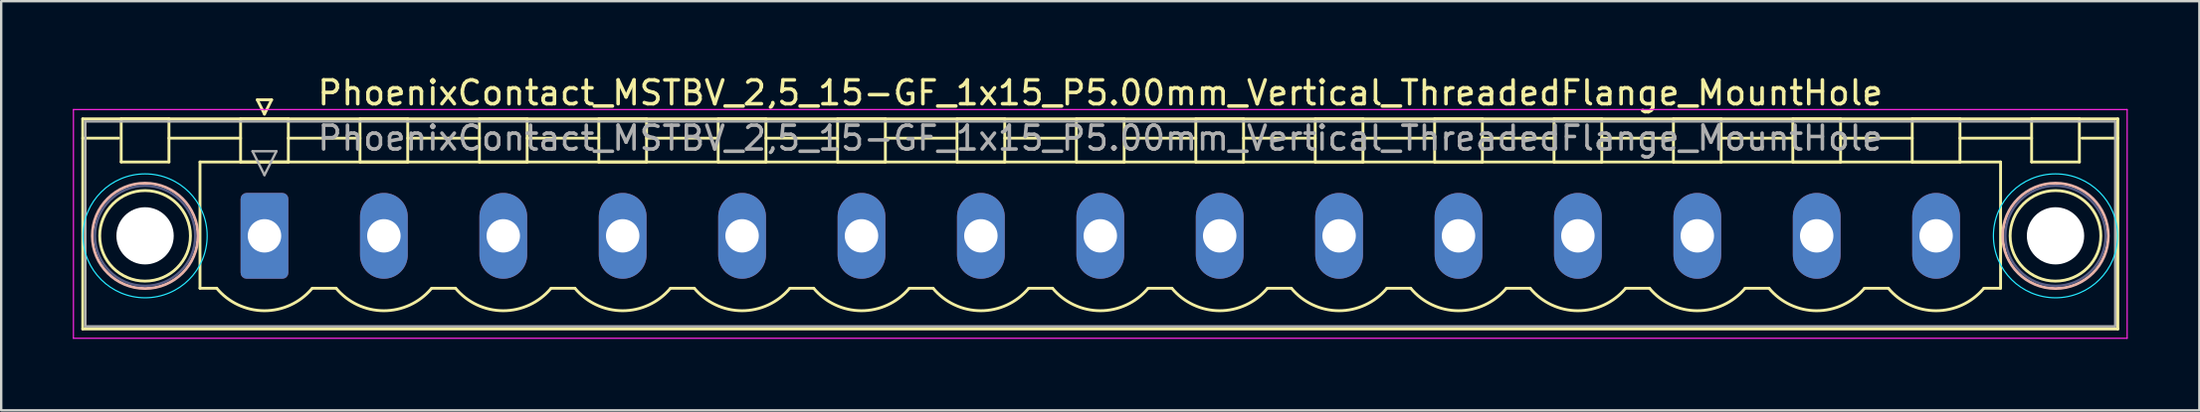
<source format=kicad_pcb>
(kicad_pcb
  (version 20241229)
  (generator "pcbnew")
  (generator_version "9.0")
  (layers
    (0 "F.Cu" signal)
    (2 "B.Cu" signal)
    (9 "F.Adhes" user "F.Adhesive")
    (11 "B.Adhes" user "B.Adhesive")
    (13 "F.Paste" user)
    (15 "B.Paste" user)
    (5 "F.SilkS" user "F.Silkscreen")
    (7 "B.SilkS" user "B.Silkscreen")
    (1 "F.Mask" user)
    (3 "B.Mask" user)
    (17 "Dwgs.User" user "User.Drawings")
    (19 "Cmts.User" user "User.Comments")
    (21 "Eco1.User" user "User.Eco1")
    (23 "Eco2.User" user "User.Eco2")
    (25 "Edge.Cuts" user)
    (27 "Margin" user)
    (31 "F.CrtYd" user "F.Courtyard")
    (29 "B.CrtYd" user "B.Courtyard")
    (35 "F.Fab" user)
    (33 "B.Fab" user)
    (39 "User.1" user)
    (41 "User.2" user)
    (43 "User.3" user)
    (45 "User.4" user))
  (footprint "PhoenixContact_MSTBV_2,5_15-GF_1x15_P5.00mm_Vertical_ThreadedFlange_MountHole"
    (layer "F.Cu")
    (at 8.025 6.848)
    (property "Reference" "PhoenixContact_MSTBV_2,5_15-GF_1x15_P5.00mm_Vertical_ThreadedFlange_MountHole" (at 35 -6 0) (layer "F.SilkS") (effects (font (size 1 1) (thickness 0.15))))
    (attr through_hole)
    (fp_line (start -7.61 -4.91) (end -7.61 3.91) (stroke (width 0.12) (type solid)) (layer "F.SilkS"))
    (fp_line (start -7.61 -4.1) (end -6.11 -4.1) (stroke (width 0.12) (type solid)) (layer "F.SilkS"))
    (fp_line (start -7.61 3.91) (end 77.61 3.91) (stroke (width 0.12) (type solid)) (layer "F.SilkS"))
    (fp_line (start -6 -4.91) (end -4 -4.91) (stroke (width 0.12) (type solid)) (layer "F.SilkS"))
    (fp_line (start -6 -3.1) (end -6 -4.91) (stroke (width 0.12) (type solid)) (layer "F.SilkS"))
    (fp_line (start -4 -4.91) (end -4 -3.1) (stroke (width 0.12) (type solid)) (layer "F.SilkS"))
    (fp_line (start -4 -4.1) (end -1 -4.1) (stroke (width 0.12) (type solid)) (layer "F.SilkS"))
    (fp_line (start -4 -3.1) (end -6 -3.1) (stroke (width 0.12) (type solid)) (layer "F.SilkS"))
    (fp_line (start -2.7 -3.1) (end 72.7 -3.1) (stroke (width 0.12) (type solid)) (layer "F.SilkS"))
    (fp_line (start -2.7 2.2) (end -2.7 -3.1) (stroke (width 0.12) (type solid)) (layer "F.SilkS"))
    (fp_line (start -2 2.2) (end -2.7 2.2) (stroke (width 0.12) (type solid)) (layer "F.SilkS"))
    (fp_line (start -1 -4.91) (end 1 -4.91) (stroke (width 0.12) (type solid)) (layer "F.SilkS"))
    (fp_line (start -1 -3.1) (end -1 -4.91) (stroke (width 0.12) (type solid)) (layer "F.SilkS"))
    (fp_line (start -0.3 -5.71) (end 0.3 -5.71) (stroke (width 0.12) (type solid)) (layer "F.SilkS"))
    (fp_line (start 0 -5.11) (end -0.3 -5.71) (stroke (width 0.12) (type solid)) (layer "F.SilkS"))
    (fp_line (start 0.3 -5.71) (end 0 -5.11) (stroke (width 0.12) (type solid)) (layer "F.SilkS"))
    (fp_line (start 1 -4.91) (end 1 -3.1) (stroke (width 0.12) (type solid)) (layer "F.SilkS"))
    (fp_line (start 1 -4.1) (end 4 -4.1) (stroke (width 0.12) (type solid)) (layer "F.SilkS"))
    (fp_line (start 1 -3.1) (end -1 -3.1) (stroke (width 0.12) (type solid)) (layer "F.SilkS"))
    (fp_line (start 2 2.2) (end 3 2.2) (stroke (width 0.12) (type solid)) (layer "F.SilkS"))
    (fp_line (start 4 -4.91) (end 6 -4.91) (stroke (width 0.12) (type solid)) (layer "F.SilkS"))
    (fp_line (start 4 -3.1) (end 4 -4.91) (stroke (width 0.12) (type solid)) (layer "F.SilkS"))
    (fp_line (start 6 -4.91) (end 6 -3.1) (stroke (width 0.12) (type solid)) (layer "F.SilkS"))
    (fp_line (start 6 -4.1) (end 9 -4.1) (stroke (width 0.12) (type solid)) (layer "F.SilkS"))
    (fp_line (start 6 -3.1) (end 4 -3.1) (stroke (width 0.12) (type solid)) (layer "F.SilkS"))
    (fp_line (start 7 2.2) (end 8 2.2) (stroke (width 0.12) (type solid)) (layer "F.SilkS"))
    (fp_line (start 9 -4.91) (end 11 -4.91) (stroke (width 0.12) (type solid)) (layer "F.SilkS"))
    (fp_line (start 9 -3.1) (end 9 -4.91) (stroke (width 0.12) (type solid)) (layer "F.SilkS"))
    (fp_line (start 11 -4.91) (end 11 -3.1) (stroke (width 0.12) (type solid)) (layer "F.SilkS"))
    (fp_line (start 11 -4.1) (end 14 -4.1) (stroke (width 0.12) (type solid)) (layer "F.SilkS"))
    (fp_line (start 11 -3.1) (end 9 -3.1) (stroke (width 0.12) (type solid)) (layer "F.SilkS"))
    (fp_line (start 12 2.2) (end 13 2.2) (stroke (width 0.12) (type solid)) (layer "F.SilkS"))
    (fp_line (start 14 -4.91) (end 16 -4.91) (stroke (width 0.12) (type solid)) (layer "F.SilkS"))
    (fp_line (start 14 -3.1) (end 14 -4.91) (stroke (width 0.12) (type solid)) (layer "F.SilkS"))
    (fp_line (start 16 -4.91) (end 16 -3.1) (stroke (width 0.12) (type solid)) (layer "F.SilkS"))
    (fp_line (start 16 -4.1) (end 19 -4.1) (stroke (width 0.12) (type solid)) (layer "F.SilkS"))
    (fp_line (start 16 -3.1) (end 14 -3.1) (stroke (width 0.12) (type solid)) (layer "F.SilkS"))
    (fp_line (start 17 2.2) (end 18 2.2) (stroke (width 0.12) (type solid)) (layer "F.SilkS"))
    (fp_line (start 19 -4.91) (end 21 -4.91) (stroke (width 0.12) (type solid)) (layer "F.SilkS"))
    (fp_line (start 19 -3.1) (end 19 -4.91) (stroke (width 0.12) (type solid)) (layer "F.SilkS"))
    (fp_line (start 21 -4.91) (end 21 -3.1) (stroke (width 0.12) (type solid)) (layer "F.SilkS"))
    (fp_line (start 21 -4.1) (end 24 -4.1) (stroke (width 0.12) (type solid)) (layer "F.SilkS"))
    (fp_line (start 21 -3.1) (end 19 -3.1) (stroke (width 0.12) (type solid)) (layer "F.SilkS"))
    (fp_line (start 22 2.2) (end 23 2.2) (stroke (width 0.12) (type solid)) (layer "F.SilkS"))
    (fp_line (start 24 -4.91) (end 26 -4.91) (stroke (width 0.12) (type solid)) (layer "F.SilkS"))
    (fp_line (start 24 -3.1) (end 24 -4.91) (stroke (width 0.12) (type solid)) (layer "F.SilkS"))
    (fp_line (start 26 -4.91) (end 26 -3.1) (stroke (width 0.12) (type solid)) (layer "F.SilkS"))
    (fp_line (start 26 -4.1) (end 29 -4.1) (stroke (width 0.12) (type solid)) (layer "F.SilkS"))
    (fp_line (start 26 -3.1) (end 24 -3.1) (stroke (width 0.12) (type solid)) (layer "F.SilkS"))
    (fp_line (start 27 2.2) (end 28 2.2) (stroke (width 0.12) (type solid)) (layer "F.SilkS"))
    (fp_line (start 29 -4.91) (end 31 -4.91) (stroke (width 0.12) (type solid)) (layer "F.SilkS"))
    (fp_line (start 29 -3.1) (end 29 -4.91) (stroke (width 0.12) (type solid)) (layer "F.SilkS"))
    (fp_line (start 31 -4.91) (end 31 -3.1) (stroke (width 0.12) (type solid)) (layer "F.SilkS"))
    (fp_line (start 31 -4.1) (end 34 -4.1) (stroke (width 0.12) (type solid)) (layer "F.SilkS"))
    (fp_line (start 31 -3.1) (end 29 -3.1) (stroke (width 0.12) (type solid)) (layer "F.SilkS"))
    (fp_line (start 32 2.2) (end 33 2.2) (stroke (width 0.12) (type solid)) (layer "F.SilkS"))
    (fp_line (start 34 -4.91) (end 36 -4.91) (stroke (width 0.12) (type solid)) (layer "F.SilkS"))
    (fp_line (start 34 -3.1) (end 34 -4.91) (stroke (width 0.12) (type solid)) (layer "F.SilkS"))
    (fp_line (start 36 -4.91) (end 36 -3.1) (stroke (width 0.12) (type solid)) (layer "F.SilkS"))
    (fp_line (start 36 -4.1) (end 39 -4.1) (stroke (width 0.12) (type solid)) (layer "F.SilkS"))
    (fp_line (start 36 -3.1) (end 34 -3.1) (stroke (width 0.12) (type solid)) (layer "F.SilkS"))
    (fp_line (start 37 2.2) (end 38 2.2) (stroke (width 0.12) (type solid)) (layer "F.SilkS"))
    (fp_line (start 39 -4.91) (end 41 -4.91) (stroke (width 0.12) (type solid)) (layer "F.SilkS"))
    (fp_line (start 39 -3.1) (end 39 -4.91) (stroke (width 0.12) (type solid)) (layer "F.SilkS"))
    (fp_line (start 41 -4.91) (end 41 -3.1) (stroke (width 0.12) (type solid)) (layer "F.SilkS"))
    (fp_line (start 41 -4.1) (end 44 -4.1) (stroke (width 0.12) (type solid)) (layer "F.SilkS"))
    (fp_line (start 41 -3.1) (end 39 -3.1) (stroke (width 0.12) (type solid)) (layer "F.SilkS"))
    (fp_line (start 42 2.2) (end 43 2.2) (stroke (width 0.12) (type solid)) (layer "F.SilkS"))
    (fp_line (start 44 -4.91) (end 46 -4.91) (stroke (width 0.12) (type solid)) (layer "F.SilkS"))
    (fp_line (start 44 -3.1) (end 44 -4.91) (stroke (width 0.12) (type solid)) (layer "F.SilkS"))
    (fp_line (start 46 -4.91) (end 46 -3.1) (stroke (width 0.12) (type solid)) (layer "F.SilkS"))
    (fp_line (start 46 -4.1) (end 49 -4.1) (stroke (width 0.12) (type solid)) (layer "F.SilkS"))
    (fp_line (start 46 -3.1) (end 44 -3.1) (stroke (width 0.12) (type solid)) (layer "F.SilkS"))
    (fp_line (start 47 2.2) (end 48 2.2) (stroke (width 0.12) (type solid)) (layer "F.SilkS"))
    (fp_line (start 49 -4.91) (end 51 -4.91) (stroke (width 0.12) (type solid)) (layer "F.SilkS"))
    (fp_line (start 49 -3.1) (end 49 -4.91) (stroke (width 0.12) (type solid)) (layer "F.SilkS"))
    (fp_line (start 51 -4.91) (end 51 -3.1) (stroke (width 0.12) (type solid)) (layer "F.SilkS"))
    (fp_line (start 51 -4.1) (end 54 -4.1) (stroke (width 0.12) (type solid)) (layer "F.SilkS"))
    (fp_line (start 51 -3.1) (end 49 -3.1) (stroke (width 0.12) (type solid)) (layer "F.SilkS"))
    (fp_line (start 52 2.2) (end 53 2.2) (stroke (width 0.12) (type solid)) (layer "F.SilkS"))
    (fp_line (start 54 -4.91) (end 56 -4.91) (stroke (width 0.12) (type solid)) (layer "F.SilkS"))
    (fp_line (start 54 -3.1) (end 54 -4.91) (stroke (width 0.12) (type solid)) (layer "F.SilkS"))
    (fp_line (start 56 -4.91) (end 56 -3.1) (stroke (width 0.12) (type solid)) (layer "F.SilkS"))
    (fp_line (start 56 -4.1) (end 59 -4.1) (stroke (width 0.12) (type solid)) (layer "F.SilkS"))
    (fp_line (start 56 -3.1) (end 54 -3.1) (stroke (width 0.12) (type solid)) (layer "F.SilkS"))
    (fp_line (start 57 2.2) (end 58 2.2) (stroke (width 0.12) (type solid)) (layer "F.SilkS"))
    (fp_line (start 59 -4.91) (end 61 -4.91) (stroke (width 0.12) (type solid)) (layer "F.SilkS"))
    (fp_line (start 59 -3.1) (end 59 -4.91) (stroke (width 0.12) (type solid)) (layer "F.SilkS"))
    (fp_line (start 61 -4.91) (end 61 -3.1) (stroke (width 0.12) (type solid)) (layer "F.SilkS"))
    (fp_line (start 61 -4.1) (end 64 -4.1) (stroke (width 0.12) (type solid)) (layer "F.SilkS"))
    (fp_line (start 61 -3.1) (end 59 -3.1) (stroke (width 0.12) (type solid)) (layer "F.SilkS"))
    (fp_line (start 62 2.2) (end 63 2.2) (stroke (width 0.12) (type solid)) (layer "F.SilkS"))
    (fp_line (start 64 -4.91) (end 66 -4.91) (stroke (width 0.12) (type solid)) (layer "F.SilkS"))
    (fp_line (start 64 -3.1) (end 64 -4.91) (stroke (width 0.12) (type solid)) (layer "F.SilkS"))
    (fp_line (start 66 -4.91) (end 66 -3.1) (stroke (width 0.12) (type solid)) (layer "F.SilkS"))
    (fp_line (start 66 -4.1) (end 69 -4.1) (stroke (width 0.12) (type solid)) (layer "F.SilkS"))
    (fp_line (start 66 -3.1) (end 64 -3.1) (stroke (width 0.12) (type solid)) (layer "F.SilkS"))
    (fp_line (start 67 2.2) (end 68 2.2) (stroke (width 0.12) (type solid)) (layer "F.SilkS"))
    (fp_line (start 69 -4.91) (end 71 -4.91) (stroke (width 0.12) (type solid)) (layer "F.SilkS"))
    (fp_line (start 69 -3.1) (end 69 -4.91) (stroke (width 0.12) (type solid)) (layer "F.SilkS"))
    (fp_line (start 71 -4.91) (end 71 -3.1) (stroke (width 0.12) (type solid)) (layer "F.SilkS"))
    (fp_line (start 71 -4.1) (end 74 -4.1) (stroke (width 0.12) (type solid)) (layer "F.SilkS"))
    (fp_line (start 71 -3.1) (end 69 -3.1) (stroke (width 0.12) (type solid)) (layer "F.SilkS"))
    (fp_line (start 72.7 -3.1) (end 72.7 2.2) (stroke (width 0.12) (type solid)) (layer "F.SilkS"))
    (fp_line (start 72.7 2.2) (end 72 2.2) (stroke (width 0.12) (type solid)) (layer "F.SilkS"))
    (fp_line (start 74 -4.91) (end 76 -4.91) (stroke (width 0.12) (type solid)) (layer "F.SilkS"))
    (fp_line (start 74 -3.1) (end 74 -4.91) (stroke (width 0.12) (type solid)) (layer "F.SilkS"))
    (fp_line (start 76 -4.91) (end 76 -3.1) (stroke (width 0.12) (type solid)) (layer "F.SilkS"))
    (fp_line (start 76 -3.1) (end 74 -3.1) (stroke (width 0.12) (type solid)) (layer "F.SilkS"))
    (fp_line (start 77.61 -4.91) (end -7.61 -4.91) (stroke (width 0.12) (type solid)) (layer "F.SilkS"))
    (fp_line (start 77.61 -4.1) (end 76.11 -4.1) (stroke (width 0.12) (type solid)) (layer "F.SilkS"))
    (fp_line (start 77.61 3.91) (end 77.61 -4.91) (stroke (width 0.12) (type solid)) (layer "F.SilkS"))
    (fp_arc (start 1.986842 2.215821) (mid -0.010289 3.142758) (end -2 2.2) (stroke (width 0.12) (type solid)) (layer "F.SilkS"))
    (fp_arc (start 6.986842 2.215821) (mid 4.989711 3.142758) (end 3 2.2) (stroke (width 0.12) (type solid)) (layer "F.SilkS"))
    (fp_arc (start 11.986842 2.215821) (mid 9.989711 3.142758) (end 8 2.2) (stroke (width 0.12) (type solid)) (layer "F.SilkS"))
    (fp_arc (start 16.986842 2.215821) (mid 14.989711 3.142758) (end 13 2.2) (stroke (width 0.12) (type solid)) (layer "F.SilkS"))
    (fp_arc (start 21.986842 2.215821) (mid 19.989711 3.142758) (end 18 2.2) (stroke (width 0.12) (type solid)) (layer "F.SilkS"))
    (fp_arc (start 26.986842 2.215821) (mid 24.989711 3.142758) (end 23 2.2) (stroke (width 0.12) (type solid)) (layer "F.SilkS"))
    (fp_arc (start 31.986842 2.215821) (mid 29.989711 3.142758) (end 28 2.2) (stroke (width 0.12) (type solid)) (layer "F.SilkS"))
    (fp_arc (start 36.986842 2.215821) (mid 34.989711 3.142758) (end 33 2.2) (stroke (width 0.12) (type solid)) (layer "F.SilkS"))
    (fp_arc (start 41.986842 2.215821) (mid 39.989711 3.142758) (end 38 2.2) (stroke (width 0.12) (type solid)) (layer "F.SilkS"))
    (fp_arc (start 46.986842 2.215821) (mid 44.989711 3.142758) (end 43 2.2) (stroke (width 0.12) (type solid)) (layer "F.SilkS"))
    (fp_arc (start 51.986842 2.215821) (mid 49.989711 3.142758) (end 48 2.2) (stroke (width 0.12) (type solid)) (layer "F.SilkS"))
    (fp_arc (start 56.986842 2.215821) (mid 54.989711 3.142758) (end 53 2.2) (stroke (width 0.12) (type solid)) (layer "F.SilkS"))
    (fp_arc (start 61.986842 2.215821) (mid 59.989711 3.142758) (end 58 2.2) (stroke (width 0.12) (type solid)) (layer "F.SilkS"))
    (fp_arc (start 66.986842 2.215821) (mid 64.989711 3.142758) (end 63 2.2) (stroke (width 0.12) (type solid)) (layer "F.SilkS"))
    (fp_arc (start 71.986842 2.215821) (mid 69.989711 3.142758) (end 68 2.2) (stroke (width 0.12) (type solid)) (layer "F.SilkS"))
    (fp_circle (center -5 0) (end -3.1 0) (stroke (width 0.12) (type solid)) (fill no) (layer "F.SilkS"))
    (fp_circle (center 75 0) (end 76.9 0) (stroke (width 0.12) (type solid)) (fill no) (layer "F.SilkS"))
    (fp_circle (center -5 0) (end -2.79 0) (stroke (width 0.12) (type solid)) (fill no) (layer "B.SilkS"))
    (fp_circle (center 75 0) (end 77.21 0) (stroke (width 0.12) (type solid)) (fill no) (layer "B.SilkS"))
    (fp_circle (center -5 0) (end -2.4 0) (stroke (width 0.05) (type solid)) (fill no) (layer "B.CrtYd"))
    (fp_circle (center 75 0) (end 77.6 0) (stroke (width 0.05) (type solid)) (fill no) (layer "B.CrtYd"))
    (fp_line (start -8 -5.3) (end -8 4.3) (stroke (width 0.05) (type solid)) (layer "F.CrtYd"))
    (fp_line (start -8 4.3) (end 78 4.3) (stroke (width 0.05) (type solid)) (layer "F.CrtYd"))
    (fp_line (start 78 -5.3) (end -8 -5.3) (stroke (width 0.05) (type solid)) (layer "F.CrtYd"))
    (fp_line (start 78 4.3) (end 78 -5.3) (stroke (width 0.05) (type solid)) (layer "F.CrtYd"))
    (fp_circle (center -5 0) (end -2.9 0) (stroke (width 0.1) (type solid)) (fill no) (layer "B.Fab"))
    (fp_circle (center 75 0) (end 77.1 0) (stroke (width 0.1) (type solid)) (fill no) (layer "B.Fab"))
    (fp_line (start -7.5 -4.8) (end -7.5 3.8) (stroke (width 0.1) (type solid)) (layer "F.Fab"))
    (fp_line (start -7.5 3.8) (end 77.5 3.8) (stroke (width 0.1) (type solid)) (layer "F.Fab"))
    (fp_line (start -0.5 -3.55) (end 0.5 -3.55) (stroke (width 0.1) (type solid)) (layer "F.Fab"))
    (fp_line (start 0 -2.55) (end -0.5 -3.55) (stroke (width 0.1) (type solid)) (layer "F.Fab"))
    (fp_line (start 0.5 -3.55) (end 0 -2.55) (stroke (width 0.1) (type solid)) (layer "F.Fab"))
    (fp_line (start 77.5 -4.8) (end -7.5 -4.8) (stroke (width 0.1) (type solid)) (layer "F.Fab"))
    (fp_line (start 77.5 3.8) (end 77.5 -4.8) (stroke (width 0.1) (type solid)) (layer "F.Fab"))
    (fp_text user "${REFERENCE}" (at 35 -4.1 0) (layer "F.Fab") (effects (font (size 1 1) (thickness 0.15))))
    (pad "" np_thru_hole circle (at -5 0) (size 2.4 2.4) (drill 2.4) (layers "*.Cu" "*.Mask"))
    (pad "" np_thru_hole circle (at 75 0) (size 2.4 2.4) (drill 2.4) (layers "*.Cu" "*.Mask"))
    (pad "1" thru_hole roundrect (at 0 0) (size 2 3.6) (drill 1.4) (layers "*.Cu" "*.Mask") (roundrect_rratio 0.125))
    (pad "2" thru_hole oval (at 5 0) (size 2 3.6) (drill 1.4) (layers "*.Cu" "*.Mask"))
    (pad "3" thru_hole oval (at 10 0) (size 2 3.6) (drill 1.4) (layers "*.Cu" "*.Mask"))
    (pad "4" thru_hole oval (at 15 0) (size 2 3.6) (drill 1.4) (layers "*.Cu" "*.Mask"))
    (pad "5" thru_hole oval (at 20 0) (size 2 3.6) (drill 1.4) (layers "*.Cu" "*.Mask"))
    (pad "6" thru_hole oval (at 25 0) (size 2 3.6) (drill 1.4) (layers "*.Cu" "*.Mask"))
    (pad "7" thru_hole oval (at 30 0) (size 2 3.6) (drill 1.4) (layers "*.Cu" "*.Mask"))
    (pad "8" thru_hole oval (at 35 0) (size 2 3.6) (drill 1.4) (layers "*.Cu" "*.Mask"))
    (pad "9" thru_hole oval (at 40 0) (size 2 3.6) (drill 1.4) (layers "*.Cu" "*.Mask"))
    (pad "10" thru_hole oval (at 45 0) (size 2 3.6) (drill 1.4) (layers "*.Cu" "*.Mask"))
    (pad "11" thru_hole oval (at 50 0) (size 2 3.6) (drill 1.4) (layers "*.Cu" "*.Mask"))
    (pad "12" thru_hole oval (at 55 0) (size 2 3.6) (drill 1.4) (layers "*.Cu" "*.Mask"))
    (pad "13" thru_hole oval (at 60 0) (size 2 3.6) (drill 1.4) (layers "*.Cu" "*.Mask"))
    (pad "14" thru_hole oval (at 65 0) (size 2 3.6) (drill 1.4) (layers "*.Cu" "*.Mask"))
    (pad "15" thru_hole oval (at 70 0) (size 2 3.6) (drill 1.4) (layers "*.Cu" "*.Mask")))
  (gr_rect
    (start -3 -3)
    (end 89.05 14.173)
    (stroke (width 0.1) (type default))
    (fill no)
    (layer "Edge.Cuts")))
</source>
